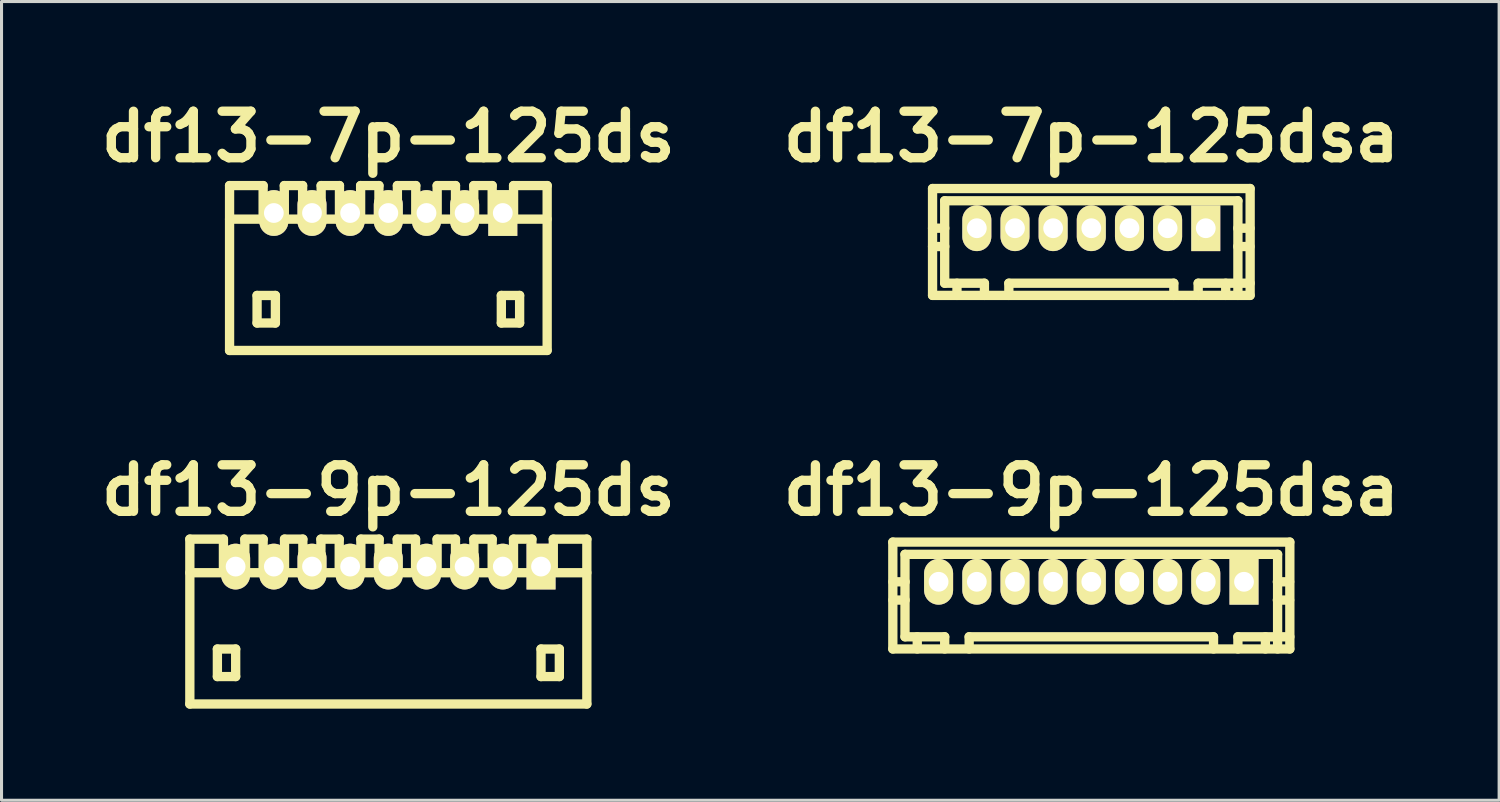
<source format=kicad_pcb>
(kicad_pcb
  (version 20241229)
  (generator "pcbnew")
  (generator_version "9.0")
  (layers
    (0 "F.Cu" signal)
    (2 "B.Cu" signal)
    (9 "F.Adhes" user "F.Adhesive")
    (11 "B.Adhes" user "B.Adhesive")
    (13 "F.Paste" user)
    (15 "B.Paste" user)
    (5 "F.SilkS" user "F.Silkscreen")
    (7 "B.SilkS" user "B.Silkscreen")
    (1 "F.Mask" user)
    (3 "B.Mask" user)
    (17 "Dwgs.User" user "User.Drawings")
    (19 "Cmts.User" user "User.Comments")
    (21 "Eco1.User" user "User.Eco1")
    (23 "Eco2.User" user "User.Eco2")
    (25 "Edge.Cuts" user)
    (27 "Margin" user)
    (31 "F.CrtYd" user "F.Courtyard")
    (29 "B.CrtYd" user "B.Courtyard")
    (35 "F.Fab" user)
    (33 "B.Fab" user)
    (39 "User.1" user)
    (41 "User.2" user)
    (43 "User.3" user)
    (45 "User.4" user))
  (footprint "df13-9p-125dsa"
    (layer "F.Cu")
    (at 32.689 16.003)
    (property "Reference" "df13-9p-125dsa" (at 0 -2.997 0) (layer "F.SilkS") (effects (font (size 1.524 1.524) (thickness 0.305))))
    (attr through_hole)
    (fp_line (start -6.5 -1.3) (end 6.5 -1.3) (stroke (width 0.305) (type solid)) (layer "F.SilkS"))
    (fp_line (start -6.5 2.2) (end -6.5 -1.3) (stroke (width 0.305) (type solid)) (layer "F.SilkS"))
    (fp_line (start -6.5 2.2) (end 6.5 2.2) (stroke (width 0.305) (type solid)) (layer "F.SilkS"))
    (fp_line (start -6.101 -0.899) (end -6.101 1.801) (stroke (width 0.305) (type solid)) (layer "F.SilkS"))
    (fp_line (start -6.096 0) (end -6.497 0) (stroke (width 0.305) (type solid)) (layer "F.SilkS"))
    (fp_line (start -6.096 0.599) (end -6.497 0.599) (stroke (width 0.305) (type solid)) (layer "F.SilkS"))
    (fp_line (start -5.7 1.801) (end -5.7 2.2) (stroke (width 0.305) (type solid)) (layer "F.SilkS"))
    (fp_line (start -5.1 -0.099) (end -5.1 0.099) (stroke (width 0.305) (type solid)) (layer "F.SilkS"))
    (fp_line (start -5.1 0.099) (end -4.9 0.099) (stroke (width 0.305) (type solid)) (layer "F.SilkS"))
    (fp_line (start -4.9 -0.099) (end -5.1 -0.099) (stroke (width 0.305) (type solid)) (layer "F.SilkS"))
    (fp_line (start -4.9 0.099) (end -4.9 -0.099) (stroke (width 0.305) (type solid)) (layer "F.SilkS"))
    (fp_line (start -4.801 1.801) (end -6.101 1.801) (stroke (width 0.305) (type solid)) (layer "F.SilkS"))
    (fp_line (start -4.801 1.801) (end -4.801 2.2) (stroke (width 0.305) (type solid)) (layer "F.SilkS"))
    (fp_line (start -4 2.2) (end -4 1.801) (stroke (width 0.305) (type solid)) (layer "F.SilkS"))
    (fp_line (start -3.8 -0.099) (end -3.8 0.099) (stroke (width 0.305) (type solid)) (layer "F.SilkS"))
    (fp_line (start -3.8 0.099) (end -3.599 0.099) (stroke (width 0.305) (type solid)) (layer "F.SilkS"))
    (fp_line (start -3.599 -0.099) (end -3.8 -0.099) (stroke (width 0.305) (type solid)) (layer "F.SilkS"))
    (fp_line (start -3.599 0.099) (end -3.599 -0.099) (stroke (width 0.305) (type solid)) (layer "F.SilkS"))
    (fp_line (start -2.601 -0.099) (end -2.601 0.099) (stroke (width 0.305) (type solid)) (layer "F.SilkS"))
    (fp_line (start -2.601 0.099) (end -2.4 0.099) (stroke (width 0.305) (type solid)) (layer "F.SilkS"))
    (fp_line (start -2.4 -0.099) (end -2.601 -0.099) (stroke (width 0.305) (type solid)) (layer "F.SilkS"))
    (fp_line (start -2.4 0.099) (end -2.4 -0.099) (stroke (width 0.305) (type solid)) (layer "F.SilkS"))
    (fp_line (start -1.3 -0.099) (end -1.3 0.099) (stroke (width 0.305) (type solid)) (layer "F.SilkS"))
    (fp_line (start -1.3 0.099) (end -1.1 0.099) (stroke (width 0.305) (type solid)) (layer "F.SilkS"))
    (fp_line (start -1.1 -0.099) (end -1.3 -0.099) (stroke (width 0.305) (type solid)) (layer "F.SilkS"))
    (fp_line (start -1.1 0.099) (end -1.1 -0.099) (stroke (width 0.305) (type solid)) (layer "F.SilkS"))
    (fp_line (start -0.099 -0.099) (end 0.099 -0.099) (stroke (width 0.305) (type solid)) (layer "F.SilkS"))
    (fp_line (start -0.099 0.099) (end -0.099 -0.099) (stroke (width 0.305) (type solid)) (layer "F.SilkS"))
    (fp_line (start 0.099 -0.099) (end 0.099 0.099) (stroke (width 0.305) (type solid)) (layer "F.SilkS"))
    (fp_line (start 0.099 0.099) (end -0.099 0.099) (stroke (width 0.305) (type solid)) (layer "F.SilkS"))
    (fp_line (start 1.1 -0.099) (end 1.3 -0.099) (stroke (width 0.305) (type solid)) (layer "F.SilkS"))
    (fp_line (start 1.1 0.099) (end 1.1 -0.099) (stroke (width 0.305) (type solid)) (layer "F.SilkS"))
    (fp_line (start 1.3 -0.099) (end 1.3 0.099) (stroke (width 0.305) (type solid)) (layer "F.SilkS"))
    (fp_line (start 1.3 0.099) (end 1.1 0.099) (stroke (width 0.305) (type solid)) (layer "F.SilkS"))
    (fp_line (start 2.4 -0.099) (end 2.601 -0.099) (stroke (width 0.305) (type solid)) (layer "F.SilkS"))
    (fp_line (start 2.4 0.099) (end 2.4 -0.099) (stroke (width 0.305) (type solid)) (layer "F.SilkS"))
    (fp_line (start 2.601 -0.099) (end 2.601 0.099) (stroke (width 0.305) (type solid)) (layer "F.SilkS"))
    (fp_line (start 2.601 0.099) (end 2.4 0.099) (stroke (width 0.305) (type solid)) (layer "F.SilkS"))
    (fp_line (start 3.599 -0.099) (end 3.8 -0.099) (stroke (width 0.305) (type solid)) (layer "F.SilkS"))
    (fp_line (start 3.599 0.099) (end 3.599 -0.099) (stroke (width 0.305) (type solid)) (layer "F.SilkS"))
    (fp_line (start 3.8 -0.099) (end 3.8 0.099) (stroke (width 0.305) (type solid)) (layer "F.SilkS"))
    (fp_line (start 3.8 0.099) (end 3.599 0.099) (stroke (width 0.305) (type solid)) (layer "F.SilkS"))
    (fp_line (start 4 1.801) (end -4 1.801) (stroke (width 0.305) (type solid)) (layer "F.SilkS"))
    (fp_line (start 4.003 2.2) (end 4.003 1.801) (stroke (width 0.305) (type solid)) (layer "F.SilkS"))
    (fp_line (start 4.801 1.801) (end 4.801 2.2) (stroke (width 0.305) (type solid)) (layer "F.SilkS"))
    (fp_line (start 4.801 1.801) (end 6.502 1.801) (stroke (width 0.305) (type solid)) (layer "F.SilkS"))
    (fp_line (start 4.9 -0.099) (end 5.1 -0.099) (stroke (width 0.305) (type solid)) (layer "F.SilkS"))
    (fp_line (start 4.9 0.099) (end 4.9 -0.099) (stroke (width 0.305) (type solid)) (layer "F.SilkS"))
    (fp_line (start 5.1 -0.099) (end 5.1 0.099) (stroke (width 0.305) (type solid)) (layer "F.SilkS"))
    (fp_line (start 5.1 0.099) (end 4.9 0.099) (stroke (width 0.305) (type solid)) (layer "F.SilkS"))
    (fp_line (start 5.702 1.801) (end 5.702 2.2) (stroke (width 0.305) (type solid)) (layer "F.SilkS"))
    (fp_line (start 6.093 0) (end 6.495 0) (stroke (width 0.305) (type solid)) (layer "F.SilkS"))
    (fp_line (start 6.101 -0.899) (end -6.101 -0.899) (stroke (width 0.305) (type solid)) (layer "F.SilkS"))
    (fp_line (start 6.101 -0.899) (end 6.101 2.2) (stroke (width 0.305) (type solid)) (layer "F.SilkS"))
    (fp_line (start 6.495 0.599) (end 6.093 0.599) (stroke (width 0.305) (type solid)) (layer "F.SilkS"))
    (fp_line (start 6.502 -1.3) (end 6.502 2.2) (stroke (width 0.305) (type solid)) (layer "F.SilkS"))
    (pad "1" thru_hole rect (at 5.001 0) (size 0.95 1.499) (drill 0.648) (layers "*.Cu" "*.Mask" "F.SilkS"))
    (pad "2" thru_hole oval (at 3.749 0) (size 0.95 1.499) (drill 0.648) (layers "*.Cu" "*.Mask" "F.SilkS"))
    (pad "3" thru_hole oval (at 2.499 0) (size 0.95 1.499) (drill 0.648) (layers "*.Cu" "*.Mask" "F.SilkS"))
    (pad "4" thru_hole oval (at 1.25 0) (size 0.95 1.499) (drill 0.648) (layers "*.Cu" "*.Mask" "F.SilkS"))
    (pad "5" thru_hole oval (at 0 0) (size 0.95 1.499) (drill 0.648) (layers "*.Cu" "*.Mask" "F.SilkS"))
    (pad "6" thru_hole oval (at -1.25 0) (size 0.95 1.499) (drill 0.648) (layers "*.Cu" "*.Mask" "F.SilkS"))
    (pad "7" thru_hole oval (at -2.499 0) (size 0.95 1.499) (drill 0.648) (layers "*.Cu" "*.Mask" "F.SilkS"))
    (pad "8" thru_hole oval (at -3.749 0) (size 0.95 1.499) (drill 0.648) (layers "*.Cu" "*.Mask" "F.SilkS"))
    (pad "9" thru_hole oval (at -5.001 0) (size 0.95 1.499) (drill 0.648) (layers "*.Cu" "*.Mask" "F.SilkS")))
  (footprint "df13-7p-125ds"
    (layer "F.Cu")
    (at 9.667 5.727)
    (property "Reference" "df13-7p-125ds" (at 0 -4.3 0) (layer "F.SilkS") (effects (font (size 1.524 1.524) (thickness 0.305))))
    (attr through_hole)
    (fp_line (start -5.199 2.7) (end -5.199 -2.7) (stroke (width 0.305) (type solid)) (layer "F.SilkS"))
    (fp_line (start -5.199 2.7) (end 5.199 2.7) (stroke (width 0.305) (type solid)) (layer "F.SilkS"))
    (fp_line (start -4.298 0.899) (end -4.298 1.801) (stroke (width 0.305) (type solid)) (layer "F.SilkS"))
    (fp_line (start -4.298 1.801) (end -3.698 1.801) (stroke (width 0.305) (type solid)) (layer "F.SilkS"))
    (fp_line (start -4.1 -2.7) (end -5.199 -2.7) (stroke (width 0.305) (type solid)) (layer "F.SilkS"))
    (fp_line (start -4.1 -1.6) (end -4.1 -2.7) (stroke (width 0.305) (type solid)) (layer "F.SilkS"))
    (fp_line (start -3.698 0.899) (end -4.298 0.899) (stroke (width 0.305) (type solid)) (layer "F.SilkS"))
    (fp_line (start -3.698 1.801) (end -3.698 0.899) (stroke (width 0.305) (type solid)) (layer "F.SilkS"))
    (fp_line (start -3.406 -1.6) (end -3.406 -2.7) (stroke (width 0.305) (type solid)) (layer "F.SilkS"))
    (fp_line (start -2.807 -2.7) (end -3.406 -2.7) (stroke (width 0.305) (type solid)) (layer "F.SilkS"))
    (fp_line (start -2.807 -1.6) (end -2.807 -2.7) (stroke (width 0.305) (type solid)) (layer "F.SilkS"))
    (fp_line (start -2.2 -2.7) (end -1.6 -2.7) (stroke (width 0.305) (type solid)) (layer "F.SilkS"))
    (fp_line (start -2.2 -1.6) (end -2.2 -2.7) (stroke (width 0.305) (type solid)) (layer "F.SilkS"))
    (fp_line (start -1.6 -2.7) (end -1.6 -1.6) (stroke (width 0.305) (type solid)) (layer "F.SilkS"))
    (fp_line (start -0.907 -2.7) (end -0.307 -2.7) (stroke (width 0.305) (type solid)) (layer "F.SilkS"))
    (fp_line (start -0.907 -1.6) (end -0.907 -2.7) (stroke (width 0.305) (type solid)) (layer "F.SilkS"))
    (fp_line (start -0.307 -2.7) (end -0.307 -1.6) (stroke (width 0.305) (type solid)) (layer "F.SilkS"))
    (fp_line (start 0.297 -2.7) (end 0.899 -2.7) (stroke (width 0.305) (type solid)) (layer "F.SilkS"))
    (fp_line (start 0.297 -1.6) (end 0.297 -2.7) (stroke (width 0.305) (type solid)) (layer "F.SilkS"))
    (fp_line (start 0.899 -2.7) (end 0.899 -1.6) (stroke (width 0.305) (type solid)) (layer "F.SilkS"))
    (fp_line (start 1.6 -2.7) (end 2.2 -2.7) (stroke (width 0.305) (type solid)) (layer "F.SilkS"))
    (fp_line (start 1.6 -1.6) (end 1.6 -2.7) (stroke (width 0.305) (type solid)) (layer "F.SilkS"))
    (fp_line (start 2.2 -2.7) (end 2.2 -1.6) (stroke (width 0.305) (type solid)) (layer "F.SilkS"))
    (fp_line (start 2.799 -2.7) (end 3.401 -2.7) (stroke (width 0.305) (type solid)) (layer "F.SilkS"))
    (fp_line (start 2.799 -1.6) (end 2.799 -2.7) (stroke (width 0.305) (type solid)) (layer "F.SilkS"))
    (fp_line (start 3.401 -2.7) (end 3.401 -1.6) (stroke (width 0.305) (type solid)) (layer "F.SilkS"))
    (fp_line (start 3.701 0.899) (end 4.3 0.899) (stroke (width 0.305) (type solid)) (layer "F.SilkS"))
    (fp_line (start 3.701 1.801) (end 3.701 0.899) (stroke (width 0.305) (type solid)) (layer "F.SilkS"))
    (fp_line (start 4.102 -1.6) (end 4.102 -2.7) (stroke (width 0.305) (type solid)) (layer "F.SilkS"))
    (fp_line (start 4.3 0.899) (end 4.3 1.801) (stroke (width 0.305) (type solid)) (layer "F.SilkS"))
    (fp_line (start 4.3 1.801) (end 3.701 1.801) (stroke (width 0.305) (type solid)) (layer "F.SilkS"))
    (fp_line (start 5.199 -1.6) (end -5.199 -1.6) (stroke (width 0.305) (type solid)) (layer "F.SilkS"))
    (fp_line (start 5.202 -2.7) (end 4.102 -2.7) (stroke (width 0.305) (type solid)) (layer "F.SilkS"))
    (fp_line (start 5.202 2.7) (end 5.202 -2.7) (stroke (width 0.305) (type solid)) (layer "F.SilkS"))
    (pad "1" thru_hole rect (at 3.749 -1.801) (size 0.95 1.499) (drill 0.648) (layers "*.Cu" "*.Mask" "F.SilkS"))
    (pad "2" thru_hole oval (at 2.499 -1.801) (size 0.95 1.499) (drill 0.648) (layers "*.Cu" "*.Mask" "F.SilkS"))
    (pad "3" thru_hole oval (at 1.25 -1.801) (size 0.95 1.499) (drill 0.648) (layers "*.Cu" "*.Mask" "F.SilkS"))
    (pad "4" thru_hole oval (at 0 -1.801) (size 0.95 1.499) (drill 0.648) (layers "*.Cu" "*.Mask" "F.SilkS"))
    (pad "5" thru_hole oval (at -1.25 -1.801) (size 0.95 1.499) (drill 0.648) (layers "*.Cu" "*.Mask" "F.SilkS"))
    (pad "6" thru_hole oval (at -2.499 -1.801) (size 0.95 1.499) (drill 0.648) (layers "*.Cu" "*.Mask" "F.SilkS"))
    (pad "7" thru_hole oval (at -3.749 -1.801) (size 0.95 1.499) (drill 0.648) (layers "*.Cu" "*.Mask" "F.SilkS")))
  (footprint "df13-7p-125dsa"
    (layer "F.Cu")
    (at 32.689 4.424)
    (property "Reference" "df13-7p-125dsa" (at 0 -2.997 0) (layer "F.SilkS") (effects (font (size 1.524 1.524) (thickness 0.305))))
    (attr through_hole)
    (fp_line (start -5.199 -1.3) (end 5.199 -1.3) (stroke (width 0.305) (type solid)) (layer "F.SilkS"))
    (fp_line (start -5.199 2.2) (end -5.199 -1.3) (stroke (width 0.305) (type solid)) (layer "F.SilkS"))
    (fp_line (start -4.801 -0.899) (end -4.801 1.801) (stroke (width 0.305) (type solid)) (layer "F.SilkS"))
    (fp_line (start -4.798 0) (end -5.199 0) (stroke (width 0.305) (type solid)) (layer "F.SilkS"))
    (fp_line (start -4.798 0.599) (end -5.199 0.599) (stroke (width 0.305) (type solid)) (layer "F.SilkS"))
    (fp_line (start -4.399 1.801) (end -4.399 2.2) (stroke (width 0.305) (type solid)) (layer "F.SilkS"))
    (fp_line (start -3.8 -0.099) (end -3.8 0.099) (stroke (width 0.305) (type solid)) (layer "F.SilkS"))
    (fp_line (start -3.8 0.099) (end -3.599 0.099) (stroke (width 0.305) (type solid)) (layer "F.SilkS"))
    (fp_line (start -3.599 -0.099) (end -3.8 -0.099) (stroke (width 0.305) (type solid)) (layer "F.SilkS"))
    (fp_line (start -3.599 0.099) (end -3.599 -0.099) (stroke (width 0.305) (type solid)) (layer "F.SilkS"))
    (fp_line (start -3.5 1.801) (end -4.801 1.801) (stroke (width 0.305) (type solid)) (layer "F.SilkS"))
    (fp_line (start -3.5 1.801) (end -3.5 2.2) (stroke (width 0.305) (type solid)) (layer "F.SilkS"))
    (fp_line (start -2.7 1.801) (end 2.7 1.801) (stroke (width 0.305) (type solid)) (layer "F.SilkS"))
    (fp_line (start -2.7 2.2) (end -2.7 1.801) (stroke (width 0.305) (type solid)) (layer "F.SilkS"))
    (fp_line (start -2.601 -0.099) (end -2.4 -0.099) (stroke (width 0.305) (type solid)) (layer "F.SilkS"))
    (fp_line (start -2.601 0.099) (end -2.601 -0.099) (stroke (width 0.305) (type solid)) (layer "F.SilkS"))
    (fp_line (start -2.4 -0.099) (end -2.4 0.099) (stroke (width 0.305) (type solid)) (layer "F.SilkS"))
    (fp_line (start -2.4 0.099) (end -2.601 0.099) (stroke (width 0.305) (type solid)) (layer "F.SilkS"))
    (fp_line (start -1.4 -0.099) (end -1.199 -0.099) (stroke (width 0.305) (type solid)) (layer "F.SilkS"))
    (fp_line (start -1.4 0.099) (end -1.4 -0.099) (stroke (width 0.305) (type solid)) (layer "F.SilkS"))
    (fp_line (start -1.199 -0.099) (end -1.199 0.099) (stroke (width 0.305) (type solid)) (layer "F.SilkS"))
    (fp_line (start -1.199 0.099) (end -1.4 0.099) (stroke (width 0.305) (type solid)) (layer "F.SilkS"))
    (fp_line (start -0.099 -0.099) (end 0.099 -0.099) (stroke (width 0.305) (type solid)) (layer "F.SilkS"))
    (fp_line (start -0.099 0.099) (end -0.099 -0.099) (stroke (width 0.305) (type solid)) (layer "F.SilkS"))
    (fp_line (start 0.099 -0.099) (end 0.099 0.099) (stroke (width 0.305) (type solid)) (layer "F.SilkS"))
    (fp_line (start 0.099 0.099) (end -0.099 0.099) (stroke (width 0.305) (type solid)) (layer "F.SilkS"))
    (fp_line (start 1.199 -0.099) (end 1.4 -0.099) (stroke (width 0.305) (type solid)) (layer "F.SilkS"))
    (fp_line (start 1.199 0.099) (end 1.199 -0.099) (stroke (width 0.305) (type solid)) (layer "F.SilkS"))
    (fp_line (start 1.4 -0.099) (end 1.4 0.099) (stroke (width 0.305) (type solid)) (layer "F.SilkS"))
    (fp_line (start 1.4 0.099) (end 1.199 0.099) (stroke (width 0.305) (type solid)) (layer "F.SilkS"))
    (fp_line (start 2.4 -0.099) (end 2.601 -0.099) (stroke (width 0.305) (type solid)) (layer "F.SilkS"))
    (fp_line (start 2.4 0.099) (end 2.4 -0.099) (stroke (width 0.305) (type solid)) (layer "F.SilkS"))
    (fp_line (start 2.601 -0.099) (end 2.601 0.099) (stroke (width 0.305) (type solid)) (layer "F.SilkS"))
    (fp_line (start 2.601 0.099) (end 2.4 0.099) (stroke (width 0.305) (type solid)) (layer "F.SilkS"))
    (fp_line (start 2.703 2.2) (end 2.703 1.801) (stroke (width 0.305) (type solid)) (layer "F.SilkS"))
    (fp_line (start 3.5 1.801) (end 3.5 2.2) (stroke (width 0.305) (type solid)) (layer "F.SilkS"))
    (fp_line (start 3.5 1.801) (end 5.202 1.801) (stroke (width 0.305) (type solid)) (layer "F.SilkS"))
    (fp_line (start 3.599 -0.099) (end 3.8 -0.099) (stroke (width 0.305) (type solid)) (layer "F.SilkS"))
    (fp_line (start 3.599 0.099) (end 3.599 -0.099) (stroke (width 0.305) (type solid)) (layer "F.SilkS"))
    (fp_line (start 3.8 -0.099) (end 3.8 0.099) (stroke (width 0.305) (type solid)) (layer "F.SilkS"))
    (fp_line (start 3.8 0.099) (end 3.599 0.099) (stroke (width 0.305) (type solid)) (layer "F.SilkS"))
    (fp_line (start 4.402 1.801) (end 4.402 2.2) (stroke (width 0.305) (type solid)) (layer "F.SilkS"))
    (fp_line (start 4.796 0) (end 5.197 0) (stroke (width 0.305) (type solid)) (layer "F.SilkS"))
    (fp_line (start 4.801 -0.899) (end -4.801 -0.899) (stroke (width 0.305) (type solid)) (layer "F.SilkS"))
    (fp_line (start 4.801 -0.899) (end 4.801 2.2) (stroke (width 0.305) (type solid)) (layer "F.SilkS"))
    (fp_line (start 5.197 0.599) (end 4.796 0.599) (stroke (width 0.305) (type solid)) (layer "F.SilkS"))
    (fp_line (start 5.199 2.2) (end -5.199 2.2) (stroke (width 0.305) (type solid)) (layer "F.SilkS"))
    (fp_line (start 5.202 -1.3) (end 5.202 2.2) (stroke (width 0.305) (type solid)) (layer "F.SilkS"))
    (pad "1" thru_hole rect (at 3.749 0) (size 0.95 1.499) (drill 0.648) (layers "*.Cu" "*.Mask" "F.SilkS"))
    (pad "2" thru_hole oval (at 2.499 0) (size 0.95 1.499) (drill 0.648) (layers "*.Cu" "*.Mask" "F.SilkS"))
    (pad "3" thru_hole oval (at 1.25 0) (size 0.95 1.499) (drill 0.648) (layers "*.Cu" "*.Mask" "F.SilkS"))
    (pad "4" thru_hole oval (at 0 0) (size 0.95 1.499) (drill 0.648) (layers "*.Cu" "*.Mask" "F.SilkS"))
    (pad "5" thru_hole oval (at -1.25 0) (size 0.95 1.499) (drill 0.648) (layers "*.Cu" "*.Mask" "F.SilkS"))
    (pad "6" thru_hole oval (at -2.499 0) (size 0.95 1.499) (drill 0.648) (layers "*.Cu" "*.Mask" "F.SilkS"))
    (pad "7" thru_hole oval (at -3.749 0) (size 0.95 1.499) (drill 0.648) (layers "*.Cu" "*.Mask" "F.SilkS")))
  (footprint "df13-9p-125ds"
    (layer "F.Cu")
    (at 9.667 17.306)
    (property "Reference" "df13-9p-125ds" (at 0 -4.3 0) (layer "F.SilkS") (effects (font (size 1.524 1.524) (thickness 0.305))))
    (attr through_hole)
    (fp_line (start -6.5 -1.6) (end 6.5 -1.6) (stroke (width 0.305) (type solid)) (layer "F.SilkS"))
    (fp_line (start -6.5 2.7) (end -6.5 -2.7) (stroke (width 0.305) (type solid)) (layer "F.SilkS"))
    (fp_line (start -5.598 0.899) (end -5.598 1.801) (stroke (width 0.305) (type solid)) (layer "F.SilkS"))
    (fp_line (start -5.598 1.801) (end -4.999 1.801) (stroke (width 0.305) (type solid)) (layer "F.SilkS"))
    (fp_line (start -5.4 -2.7) (end -6.5 -2.7) (stroke (width 0.305) (type solid)) (layer "F.SilkS"))
    (fp_line (start -5.4 -1.6) (end -5.4 -2.7) (stroke (width 0.305) (type solid)) (layer "F.SilkS"))
    (fp_line (start -4.999 0.899) (end -5.598 0.899) (stroke (width 0.305) (type solid)) (layer "F.SilkS"))
    (fp_line (start -4.999 1.801) (end -4.999 0.899) (stroke (width 0.305) (type solid)) (layer "F.SilkS"))
    (fp_line (start -4.699 -2.7) (end -4.699 -1.6) (stroke (width 0.305) (type solid)) (layer "F.SilkS"))
    (fp_line (start -4.1 -2.7) (end -4.699 -2.7) (stroke (width 0.305) (type solid)) (layer "F.SilkS"))
    (fp_line (start -4.1 -2.7) (end -4.1 -1.6) (stroke (width 0.305) (type solid)) (layer "F.SilkS"))
    (fp_line (start -3.399 -2.7) (end -3.399 -1.6) (stroke (width 0.305) (type solid)) (layer "F.SilkS"))
    (fp_line (start -2.799 -2.7) (end -3.399 -2.7) (stroke (width 0.305) (type solid)) (layer "F.SilkS"))
    (fp_line (start -2.799 -1.6) (end -2.799 -2.7) (stroke (width 0.305) (type solid)) (layer "F.SilkS"))
    (fp_line (start -2.207 -1.6) (end -2.207 -2.7) (stroke (width 0.305) (type solid)) (layer "F.SilkS"))
    (fp_line (start -1.608 -2.7) (end -2.207 -2.7) (stroke (width 0.305) (type solid)) (layer "F.SilkS"))
    (fp_line (start -1.608 -1.6) (end -1.608 -2.7) (stroke (width 0.305) (type solid)) (layer "F.SilkS"))
    (fp_line (start -0.899 -2.7) (end -0.3 -2.7) (stroke (width 0.305) (type solid)) (layer "F.SilkS"))
    (fp_line (start -0.899 -1.6) (end -0.899 -2.7) (stroke (width 0.305) (type solid)) (layer "F.SilkS"))
    (fp_line (start -0.3 -2.7) (end -0.3 -1.6) (stroke (width 0.305) (type solid)) (layer "F.SilkS"))
    (fp_line (start 0.292 -2.7) (end 0.892 -2.7) (stroke (width 0.305) (type solid)) (layer "F.SilkS"))
    (fp_line (start 0.292 -1.6) (end 0.292 -2.7) (stroke (width 0.305) (type solid)) (layer "F.SilkS"))
    (fp_line (start 0.892 -2.7) (end 0.892 -1.6) (stroke (width 0.305) (type solid)) (layer "F.SilkS"))
    (fp_line (start 1.598 -2.7) (end 2.2 -2.7) (stroke (width 0.305) (type solid)) (layer "F.SilkS"))
    (fp_line (start 1.598 -1.6) (end 1.598 -2.7) (stroke (width 0.305) (type solid)) (layer "F.SilkS"))
    (fp_line (start 2.2 -2.7) (end 2.2 -1.6) (stroke (width 0.305) (type solid)) (layer "F.SilkS"))
    (fp_line (start 2.802 -2.7) (end 3.401 -2.7) (stroke (width 0.305) (type solid)) (layer "F.SilkS"))
    (fp_line (start 2.802 -1.6) (end 2.802 -2.7) (stroke (width 0.305) (type solid)) (layer "F.SilkS"))
    (fp_line (start 3.401 -2.7) (end 3.401 -1.6) (stroke (width 0.305) (type solid)) (layer "F.SilkS"))
    (fp_line (start 4.1 -2.7) (end 4.702 -2.7) (stroke (width 0.305) (type solid)) (layer "F.SilkS"))
    (fp_line (start 4.1 -1.6) (end 4.1 -2.7) (stroke (width 0.305) (type solid)) (layer "F.SilkS"))
    (fp_line (start 4.702 -2.7) (end 4.702 -1.6) (stroke (width 0.305) (type solid)) (layer "F.SilkS"))
    (fp_line (start 5.001 0.899) (end 5.601 0.899) (stroke (width 0.305) (type solid)) (layer "F.SilkS"))
    (fp_line (start 5.001 1.801) (end 5.001 0.899) (stroke (width 0.305) (type solid)) (layer "F.SilkS"))
    (fp_line (start 5.403 -1.6) (end 5.403 -2.7) (stroke (width 0.305) (type solid)) (layer "F.SilkS"))
    (fp_line (start 5.601 0.899) (end 5.601 1.801) (stroke (width 0.305) (type solid)) (layer "F.SilkS"))
    (fp_line (start 5.601 1.801) (end 5.001 1.801) (stroke (width 0.305) (type solid)) (layer "F.SilkS"))
    (fp_line (start 6.5 2.7) (end -6.5 2.7) (stroke (width 0.305) (type solid)) (layer "F.SilkS"))
    (fp_line (start 6.502 -2.7) (end 5.403 -2.7) (stroke (width 0.305) (type solid)) (layer "F.SilkS"))
    (fp_line (start 6.502 2.7) (end 6.502 -2.7) (stroke (width 0.305) (type solid)) (layer "F.SilkS"))
    (pad "1" thru_hole rect (at 5.001 -1.801) (size 0.95 1.499) (drill 0.648) (layers "*.Cu" "*.Mask" "F.SilkS"))
    (pad "2" thru_hole oval (at 3.749 -1.801) (size 0.95 1.499) (drill 0.648) (layers "*.Cu" "*.Mask" "F.SilkS"))
    (pad "3" thru_hole oval (at 2.499 -1.801) (size 0.95 1.499) (drill 0.648) (layers "*.Cu" "*.Mask" "F.SilkS"))
    (pad "4" thru_hole oval (at 1.25 -1.801) (size 0.95 1.499) (drill 0.648) (layers "*.Cu" "*.Mask" "F.SilkS"))
    (pad "5" thru_hole oval (at 0 -1.801) (size 0.95 1.499) (drill 0.648) (layers "*.Cu" "*.Mask" "F.SilkS"))
    (pad "6" thru_hole oval (at -1.25 -1.801) (size 0.95 1.499) (drill 0.648) (layers "*.Cu" "*.Mask" "F.SilkS"))
    (pad "7" thru_hole oval (at -2.499 -1.801) (size 0.95 1.499) (drill 0.648) (layers "*.Cu" "*.Mask" "F.SilkS"))
    (pad "8" thru_hole oval (at -3.749 -1.801) (size 0.95 1.499) (drill 0.648) (layers "*.Cu" "*.Mask" "F.SilkS"))
    (pad "9" thru_hole oval (at -5.001 -1.801) (size 0.95 1.499) (drill 0.648) (layers "*.Cu" "*.Mask" "F.SilkS")))
  (gr_rect
    (start -3 -3)
    (end 46.045 23.158)
    (stroke (width 0.1) (type default))
    (fill no)
    (layer "Edge.Cuts")))
</source>
